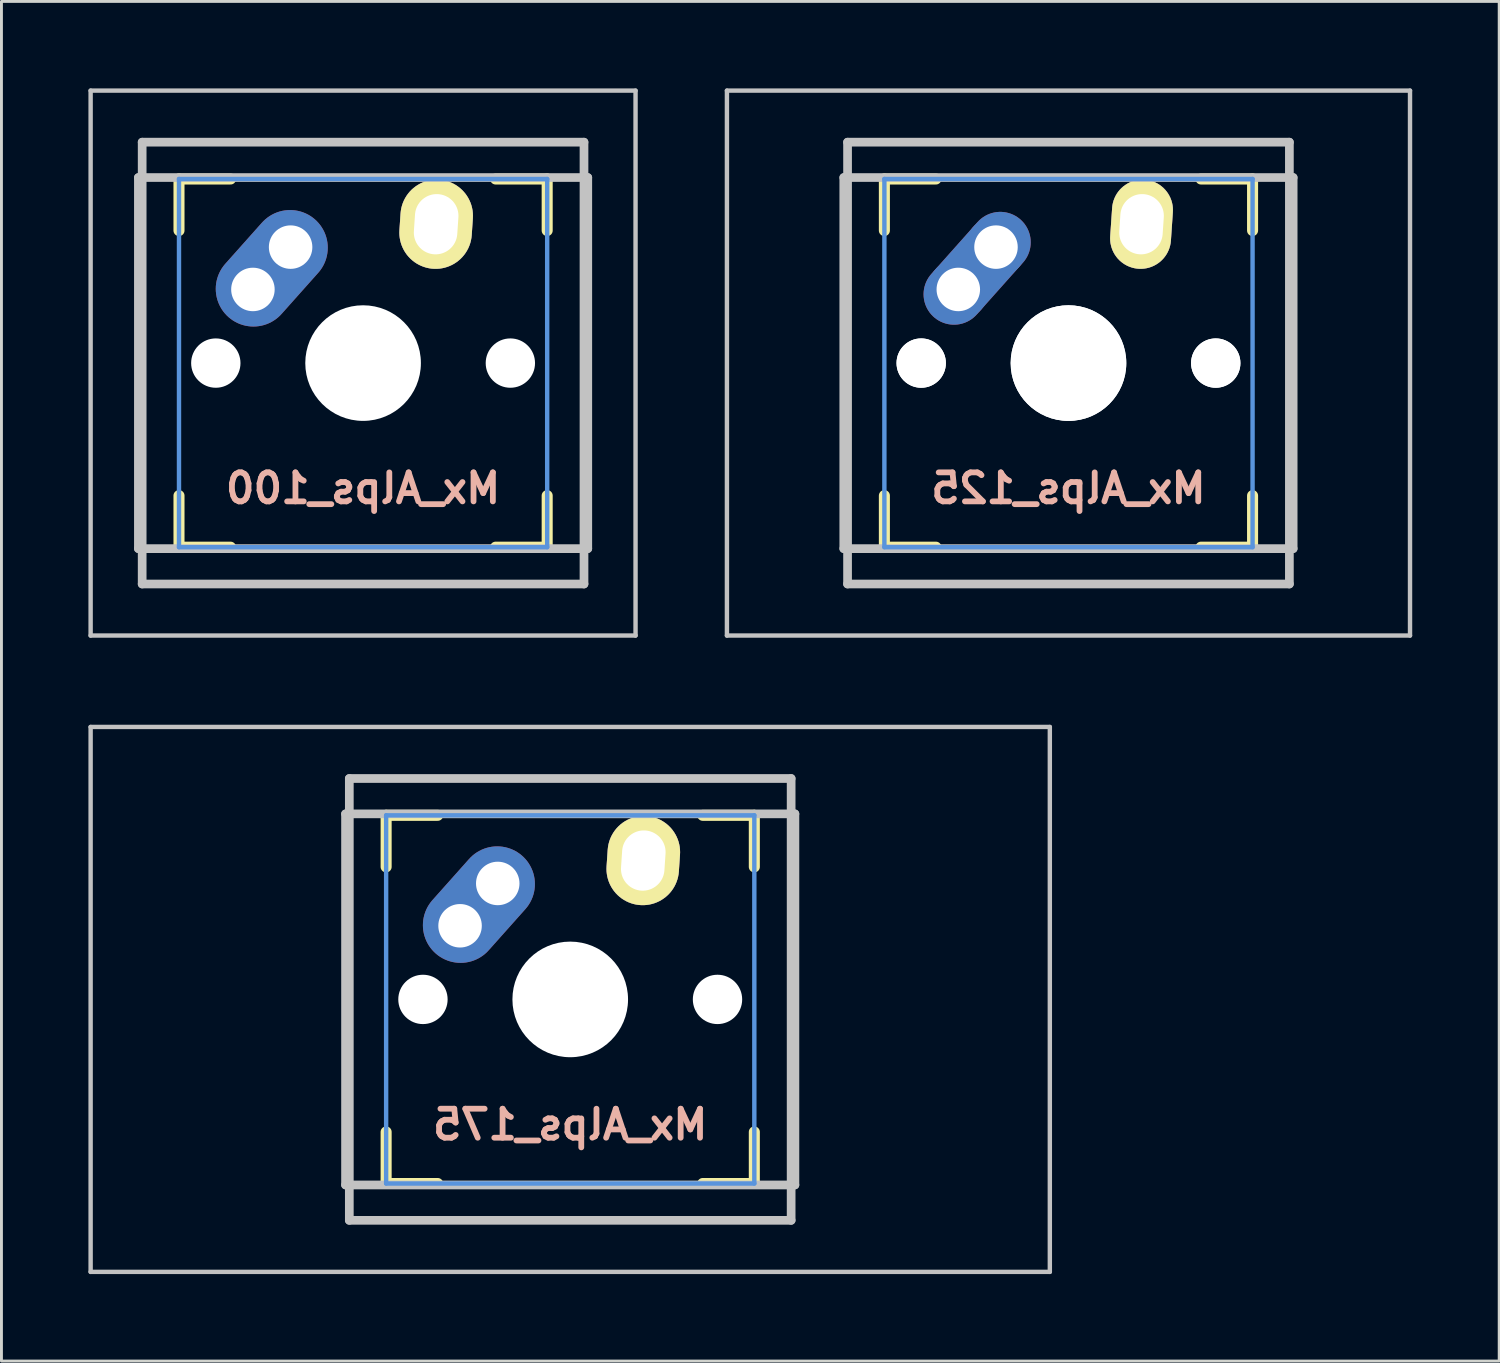
<source format=kicad_pcb>
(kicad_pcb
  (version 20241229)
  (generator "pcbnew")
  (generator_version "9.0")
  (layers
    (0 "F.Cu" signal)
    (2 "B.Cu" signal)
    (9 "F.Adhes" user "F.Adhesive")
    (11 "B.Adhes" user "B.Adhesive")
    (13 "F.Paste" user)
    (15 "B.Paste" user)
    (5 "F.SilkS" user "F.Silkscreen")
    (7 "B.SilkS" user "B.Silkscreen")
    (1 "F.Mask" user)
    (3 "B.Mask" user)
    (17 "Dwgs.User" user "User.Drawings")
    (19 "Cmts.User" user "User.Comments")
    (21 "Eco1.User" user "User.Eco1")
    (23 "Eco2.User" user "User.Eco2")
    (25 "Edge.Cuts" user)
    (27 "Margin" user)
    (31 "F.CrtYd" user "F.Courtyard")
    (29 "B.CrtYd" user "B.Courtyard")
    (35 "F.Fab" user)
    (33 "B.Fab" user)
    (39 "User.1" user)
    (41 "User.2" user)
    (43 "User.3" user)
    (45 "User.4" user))
  (footprint "Mx_Alps_125"
    (layer "F.Cu")
    (at 33.805 9.474)
    (property "Reference" "Mx_Alps_125" (at 0 4.318 0) (layer "B.SilkS") (effects (font (size 1 1) (thickness 0.2)) (justify mirror)))
    (attr through_hole)
    (fp_line (start -6.35 -6.35) (end -4.572 -6.35) (stroke (width 0.381) (type solid)) (layer "F.SilkS"))
    (fp_line (start -6.35 -4.572) (end -6.35 -6.35) (stroke (width 0.381) (type solid)) (layer "F.SilkS"))
    (fp_line (start -6.35 6.35) (end -6.35 4.572) (stroke (width 0.381) (type solid)) (layer "F.SilkS"))
    (fp_line (start -4.572 6.35) (end -6.35 6.35) (stroke (width 0.381) (type solid)) (layer "F.SilkS"))
    (fp_line (start 4.572 -6.35) (end 6.35 -6.35) (stroke (width 0.381) (type solid)) (layer "F.SilkS"))
    (fp_line (start 6.35 -6.35) (end 6.35 -4.572) (stroke (width 0.381) (type solid)) (layer "F.SilkS"))
    (fp_line (start 6.35 4.572) (end 6.35 6.35) (stroke (width 0.381) (type solid)) (layer "F.SilkS"))
    (fp_line (start 6.35 6.35) (end 4.572 6.35) (stroke (width 0.381) (type solid)) (layer "F.SilkS"))
    (fp_line (start -11.781 -9.398) (end 11.781 -9.398) (stroke (width 0.152) (type solid)) (layer "Dwgs.User"))
    (fp_line (start -11.781 9.398) (end -11.781 -9.398) (stroke (width 0.152) (type solid)) (layer "Dwgs.User"))
    (fp_line (start -7.75 6.4) (end -7.75 -6.4) (stroke (width 0.3) (type solid)) (layer "Dwgs.User"))
    (fp_line (start -7.75 6.4) (end 7.75 6.4) (stroke (width 0.3) (type solid)) (layer "Dwgs.User"))
    (fp_line (start -7.62 -7.62) (end 7.62 -7.62) (stroke (width 0.3) (type solid)) (layer "Dwgs.User"))
    (fp_line (start -7.62 7.62) (end -7.62 -7.62) (stroke (width 0.3) (type solid)) (layer "Dwgs.User"))
    (fp_line (start 7.62 -7.62) (end 7.62 7.62) (stroke (width 0.3) (type solid)) (layer "Dwgs.User"))
    (fp_line (start 7.62 7.62) (end -7.62 7.62) (stroke (width 0.3) (type solid)) (layer "Dwgs.User"))
    (fp_line (start 7.75 -6.4) (end -7.75 -6.4) (stroke (width 0.3) (type solid)) (layer "Dwgs.User"))
    (fp_line (start 7.75 6.4) (end 7.75 -6.4) (stroke (width 0.3) (type solid)) (layer "Dwgs.User"))
    (fp_line (start 11.781 -9.398) (end 11.781 9.398) (stroke (width 0.152) (type solid)) (layer "Dwgs.User"))
    (fp_line (start 11.781 9.398) (end -11.781 9.398) (stroke (width 0.152) (type solid)) (layer "Dwgs.User"))
    (fp_line (start -6.35 -6.35) (end 6.35 -6.35) (stroke (width 0.152) (type solid)) (layer "Cmts.User"))
    (fp_line (start -6.35 6.35) (end -6.35 -6.35) (stroke (width 0.152) (type solid)) (layer "Cmts.User"))
    (fp_line (start 6.35 -6.35) (end 6.35 6.35) (stroke (width 0.152) (type solid)) (layer "Cmts.User"))
    (fp_line (start 6.35 6.35) (end -6.35 6.35) (stroke (width 0.152) (type solid)) (layer "Cmts.User"))
    (fp_line (start -6.985 -6.985) (end 6.985 -6.985) (stroke (width 0.152) (type solid)) (layer "Eco2.User"))
    (fp_line (start -6.985 6.985) (end -6.985 -6.985) (stroke (width 0.152) (type solid)) (layer "Eco2.User"))
    (fp_line (start 6.985 -6.985) (end 6.985 6.985) (stroke (width 0.152) (type solid)) (layer "Eco2.User"))
    (fp_line (start 6.985 6.985) (end -6.985 6.985) (stroke (width 0.152) (type solid)) (layer "Eco2.User"))
    (pad "" np_thru_hole circle (at -5.08 0) (size 1.702 1.702) (drill 1.702) (layers "*.Cu"))
    (pad "" np_thru_hole circle (at -5.08 0) (size 1.702 1.702) (drill 1.702) (layers "*.Cu"))
    (pad "" np_thru_hole circle (at 0 0) (size 3.988 3.988) (drill 3.988) (layers "*.Cu"))
    (pad "" np_thru_hole circle (at 0 0) (size 3.988 3.988) (drill 3.988) (layers "*.Cu"))
    (pad "" np_thru_hole circle (at 5.08 0) (size 1.702 1.702) (drill 1.702) (layers "*.Cu"))
    (pad "" np_thru_hole circle (at 5.08 0) (size 1.702 1.702) (drill 1.702) (layers "*.Cu"))
    (pad "1" thru_hole circle (at -3.8 -2.54) (size 2.1 2.1) (drill 1.5) (layers "*.Cu" "*.Mask"))
    (pad "1" smd oval (at -3.15 -3.27 48.3) (size 4.5 2.1) (layers "F.Cu" "F.Mask"))
    (pad "1" smd oval (at -3.15 -3.27 48.3) (size 4.5 2.1) (layers "B.Cu" "B.Mask"))
    (pad "1" thru_hole circle (at -2.5 -4) (size 2.1 2.1) (drill 1.5) (layers "*.Cu" "*.Mask"))
    (pad "2" thru_hole oval (at 2.52 -4.79 356.1) (size 2.1 3.08) (drill oval 1.5 2.08) (layers "*.Cu" "*.Mask" "F.SilkS")))
  (footprint "Mx_Alps_175"
    (layer "F.Cu")
    (at 16.619 31.423)
    (property "Reference" "Mx_Alps_175" (at 0 4.318 0) (layer "B.SilkS") (effects (font (size 1 1) (thickness 0.2)) (justify mirror)))
    (attr through_hole)
    (fp_line (start -6.35 -6.35) (end -4.572 -6.35) (stroke (width 0.381) (type solid)) (layer "F.SilkS"))
    (fp_line (start -6.35 -4.572) (end -6.35 -6.35) (stroke (width 0.381) (type solid)) (layer "F.SilkS"))
    (fp_line (start -6.35 6.35) (end -6.35 4.572) (stroke (width 0.381) (type solid)) (layer "F.SilkS"))
    (fp_line (start -4.572 6.35) (end -6.35 6.35) (stroke (width 0.381) (type solid)) (layer "F.SilkS"))
    (fp_line (start 4.572 -6.35) (end 6.35 -6.35) (stroke (width 0.381) (type solid)) (layer "F.SilkS"))
    (fp_line (start 6.35 -6.35) (end 6.35 -4.572) (stroke (width 0.381) (type solid)) (layer "F.SilkS"))
    (fp_line (start 6.35 4.572) (end 6.35 6.35) (stroke (width 0.381) (type solid)) (layer "F.SilkS"))
    (fp_line (start 6.35 6.35) (end 4.572 6.35) (stroke (width 0.381) (type solid)) (layer "F.SilkS"))
    (fp_line (start -16.543 -9.398) (end 16.543 -9.398) (stroke (width 0.152) (type solid)) (layer "Dwgs.User"))
    (fp_line (start -16.543 9.398) (end -16.543 -9.398) (stroke (width 0.152) (type solid)) (layer "Dwgs.User"))
    (fp_line (start -7.75 6.4) (end -7.75 -6.4) (stroke (width 0.3) (type solid)) (layer "Dwgs.User"))
    (fp_line (start -7.75 6.4) (end 7.75 6.4) (stroke (width 0.3) (type solid)) (layer "Dwgs.User"))
    (fp_line (start -7.62 -7.62) (end 7.62 -7.62) (stroke (width 0.3) (type solid)) (layer "Dwgs.User"))
    (fp_line (start -7.62 7.62) (end -7.62 -7.62) (stroke (width 0.3) (type solid)) (layer "Dwgs.User"))
    (fp_line (start 7.62 -7.62) (end 7.62 7.62) (stroke (width 0.3) (type solid)) (layer "Dwgs.User"))
    (fp_line (start 7.62 7.62) (end -7.62 7.62) (stroke (width 0.3) (type solid)) (layer "Dwgs.User"))
    (fp_line (start 7.75 -6.4) (end -7.75 -6.4) (stroke (width 0.3) (type solid)) (layer "Dwgs.User"))
    (fp_line (start 7.75 6.4) (end 7.75 -6.4) (stroke (width 0.3) (type solid)) (layer "Dwgs.User"))
    (fp_line (start 16.543 -9.398) (end 16.543 9.398) (stroke (width 0.152) (type solid)) (layer "Dwgs.User"))
    (fp_line (start 16.543 9.398) (end -16.543 9.398) (stroke (width 0.152) (type solid)) (layer "Dwgs.User"))
    (fp_line (start -6.35 -6.35) (end 6.35 -6.35) (stroke (width 0.152) (type solid)) (layer "Cmts.User"))
    (fp_line (start -6.35 6.35) (end -6.35 -6.35) (stroke (width 0.152) (type solid)) (layer "Cmts.User"))
    (fp_line (start 6.35 -6.35) (end 6.35 6.35) (stroke (width 0.152) (type solid)) (layer "Cmts.User"))
    (fp_line (start 6.35 6.35) (end -6.35 6.35) (stroke (width 0.152) (type solid)) (layer "Cmts.User"))
    (fp_line (start -6.985 -6.985) (end 6.985 -6.985) (stroke (width 0.152) (type solid)) (layer "Eco2.User"))
    (fp_line (start -6.985 6.985) (end -6.985 -6.985) (stroke (width 0.152) (type solid)) (layer "Eco2.User"))
    (fp_line (start 6.985 -6.985) (end 6.985 6.985) (stroke (width 0.152) (type solid)) (layer "Eco2.User"))
    (fp_line (start 6.985 6.985) (end -6.985 6.985) (stroke (width 0.152) (type solid)) (layer "Eco2.User"))
    (pad "" np_thru_hole circle (at -5.08 0) (size 1.702 1.702) (drill 1.702) (layers "*.Cu"))
    (pad "" np_thru_hole circle (at 0 0) (size 3.988 3.988) (drill 3.988) (layers "*.Cu"))
    (pad "" np_thru_hole circle (at 5.08 0) (size 1.702 1.702) (drill 1.702) (layers "*.Cu"))
    (pad "1" thru_hole circle (at -3.8 -2.54) (size 2.377 2.377) (drill 1.5) (layers "*.Cu" "*.Mask"))
    (pad "1" smd oval (at -3.15 -3.27 48.3) (size 4.5 2.6) (layers "F.Cu" "F.Mask"))
    (pad "1" smd oval (at -3.15 -3.27 48.3) (size 4.5 2.6) (layers "B.Cu" "B.Mask"))
    (pad "1" thru_hole circle (at -2.5 -4) (size 2.377 2.377) (drill 1.5) (layers "*.Cu" "*.Mask"))
    (pad "2" thru_hole oval (at 2.52 -4.79 356.1) (size 2.5 3.08) (drill oval 1.5 2.08) (layers "*.Cu" "*.Mask" "F.SilkS")))
  (footprint "Mx_Alps_100"
    (layer "F.Cu")
    (at 9.474 9.474)
    (property "Reference" "Mx_Alps_100" (at 0 4.318 0) (layer "B.SilkS") (effects (font (size 1 1) (thickness 0.2)) (justify mirror)))
    (attr through_hole)
    (fp_line (start -6.35 -6.35) (end -4.572 -6.35) (stroke (width 0.381) (type solid)) (layer "F.SilkS"))
    (fp_line (start -6.35 -4.572) (end -6.35 -6.35) (stroke (width 0.381) (type solid)) (layer "F.SilkS"))
    (fp_line (start -6.35 6.35) (end -6.35 4.572) (stroke (width 0.381) (type solid)) (layer "F.SilkS"))
    (fp_line (start -4.572 6.35) (end -6.35 6.35) (stroke (width 0.381) (type solid)) (layer "F.SilkS"))
    (fp_line (start 4.572 -6.35) (end 6.35 -6.35) (stroke (width 0.381) (type solid)) (layer "F.SilkS"))
    (fp_line (start 6.35 -6.35) (end 6.35 -4.572) (stroke (width 0.381) (type solid)) (layer "F.SilkS"))
    (fp_line (start 6.35 4.572) (end 6.35 6.35) (stroke (width 0.381) (type solid)) (layer "F.SilkS"))
    (fp_line (start 6.35 6.35) (end 4.572 6.35) (stroke (width 0.381) (type solid)) (layer "F.SilkS"))
    (fp_line (start -9.398 -9.398) (end 9.398 -9.398) (stroke (width 0.152) (type solid)) (layer "Dwgs.User"))
    (fp_line (start -9.398 9.398) (end -9.398 -9.398) (stroke (width 0.152) (type solid)) (layer "Dwgs.User"))
    (fp_line (start -7.75 6.4) (end -7.75 -6.4) (stroke (width 0.3) (type solid)) (layer "Dwgs.User"))
    (fp_line (start -7.75 6.4) (end 7.75 6.4) (stroke (width 0.3) (type solid)) (layer "Dwgs.User"))
    (fp_line (start -7.62 -7.62) (end 7.62 -7.62) (stroke (width 0.3) (type solid)) (layer "Dwgs.User"))
    (fp_line (start -7.62 7.62) (end -7.62 -7.62) (stroke (width 0.3) (type solid)) (layer "Dwgs.User"))
    (fp_line (start 7.62 -7.62) (end 7.62 7.62) (stroke (width 0.3) (type solid)) (layer "Dwgs.User"))
    (fp_line (start 7.62 7.62) (end -7.62 7.62) (stroke (width 0.3) (type solid)) (layer "Dwgs.User"))
    (fp_line (start 7.75 -6.4) (end -7.75 -6.4) (stroke (width 0.3) (type solid)) (layer "Dwgs.User"))
    (fp_line (start 7.75 6.4) (end 7.75 -6.4) (stroke (width 0.3) (type solid)) (layer "Dwgs.User"))
    (fp_line (start 9.398 -9.398) (end 9.398 9.398) (stroke (width 0.152) (type solid)) (layer "Dwgs.User"))
    (fp_line (start 9.398 9.398) (end -9.398 9.398) (stroke (width 0.152) (type solid)) (layer "Dwgs.User"))
    (fp_line (start -6.35 -6.35) (end 6.35 -6.35) (stroke (width 0.152) (type solid)) (layer "Cmts.User"))
    (fp_line (start -6.35 6.35) (end -6.35 -6.35) (stroke (width 0.152) (type solid)) (layer "Cmts.User"))
    (fp_line (start 6.35 -6.35) (end 6.35 6.35) (stroke (width 0.152) (type solid)) (layer "Cmts.User"))
    (fp_line (start 6.35 6.35) (end -6.35 6.35) (stroke (width 0.152) (type solid)) (layer "Cmts.User"))
    (fp_line (start -6.985 -6.985) (end 6.985 -6.985) (stroke (width 0.152) (type solid)) (layer "Eco2.User"))
    (fp_line (start -6.985 6.985) (end -6.985 -6.985) (stroke (width 0.152) (type solid)) (layer "Eco2.User"))
    (fp_line (start 6.985 -6.985) (end 6.985 6.985) (stroke (width 0.152) (type solid)) (layer "Eco2.User"))
    (fp_line (start 6.985 6.985) (end -6.985 6.985) (stroke (width 0.152) (type solid)) (layer "Eco2.User"))
    (pad "" np_thru_hole circle (at -5.08 0) (size 1.702 1.702) (drill 1.702) (layers "*.Cu"))
    (pad "" np_thru_hole circle (at 0 0) (size 3.988 3.988) (drill 3.988) (layers "*.Cu"))
    (pad "" np_thru_hole circle (at 5.08 0) (size 1.702 1.702) (drill 1.702) (layers "*.Cu"))
    (pad "1" thru_hole circle (at -3.8 -2.54) (size 2.377 2.377) (drill 1.5) (layers "*.Cu" "*.Mask"))
    (pad "1" smd oval (at -3.15 -3.27 48.3) (size 4.5 2.6) (layers "F.Cu" "F.Mask"))
    (pad "1" smd oval (at -3.15 -3.27 48.3) (size 4.5 2.6) (layers "B.Cu" "B.Mask"))
    (pad "1" thru_hole circle (at -2.5 -4) (size 2.377 2.377) (drill 1.5) (layers "*.Cu" "*.Mask"))
    (pad "2" thru_hole oval (at 2.52 -4.79 356.1) (size 2.5 3.08) (drill oval 1.5 2.08) (layers "*.Cu" "*.Mask" "F.SilkS")))
  (gr_rect
    (start -3 -3)
    (end 48.662 43.897)
    (stroke (width 0.1) (type default))
    (fill no)
    (layer "Edge.Cuts")))
</source>
